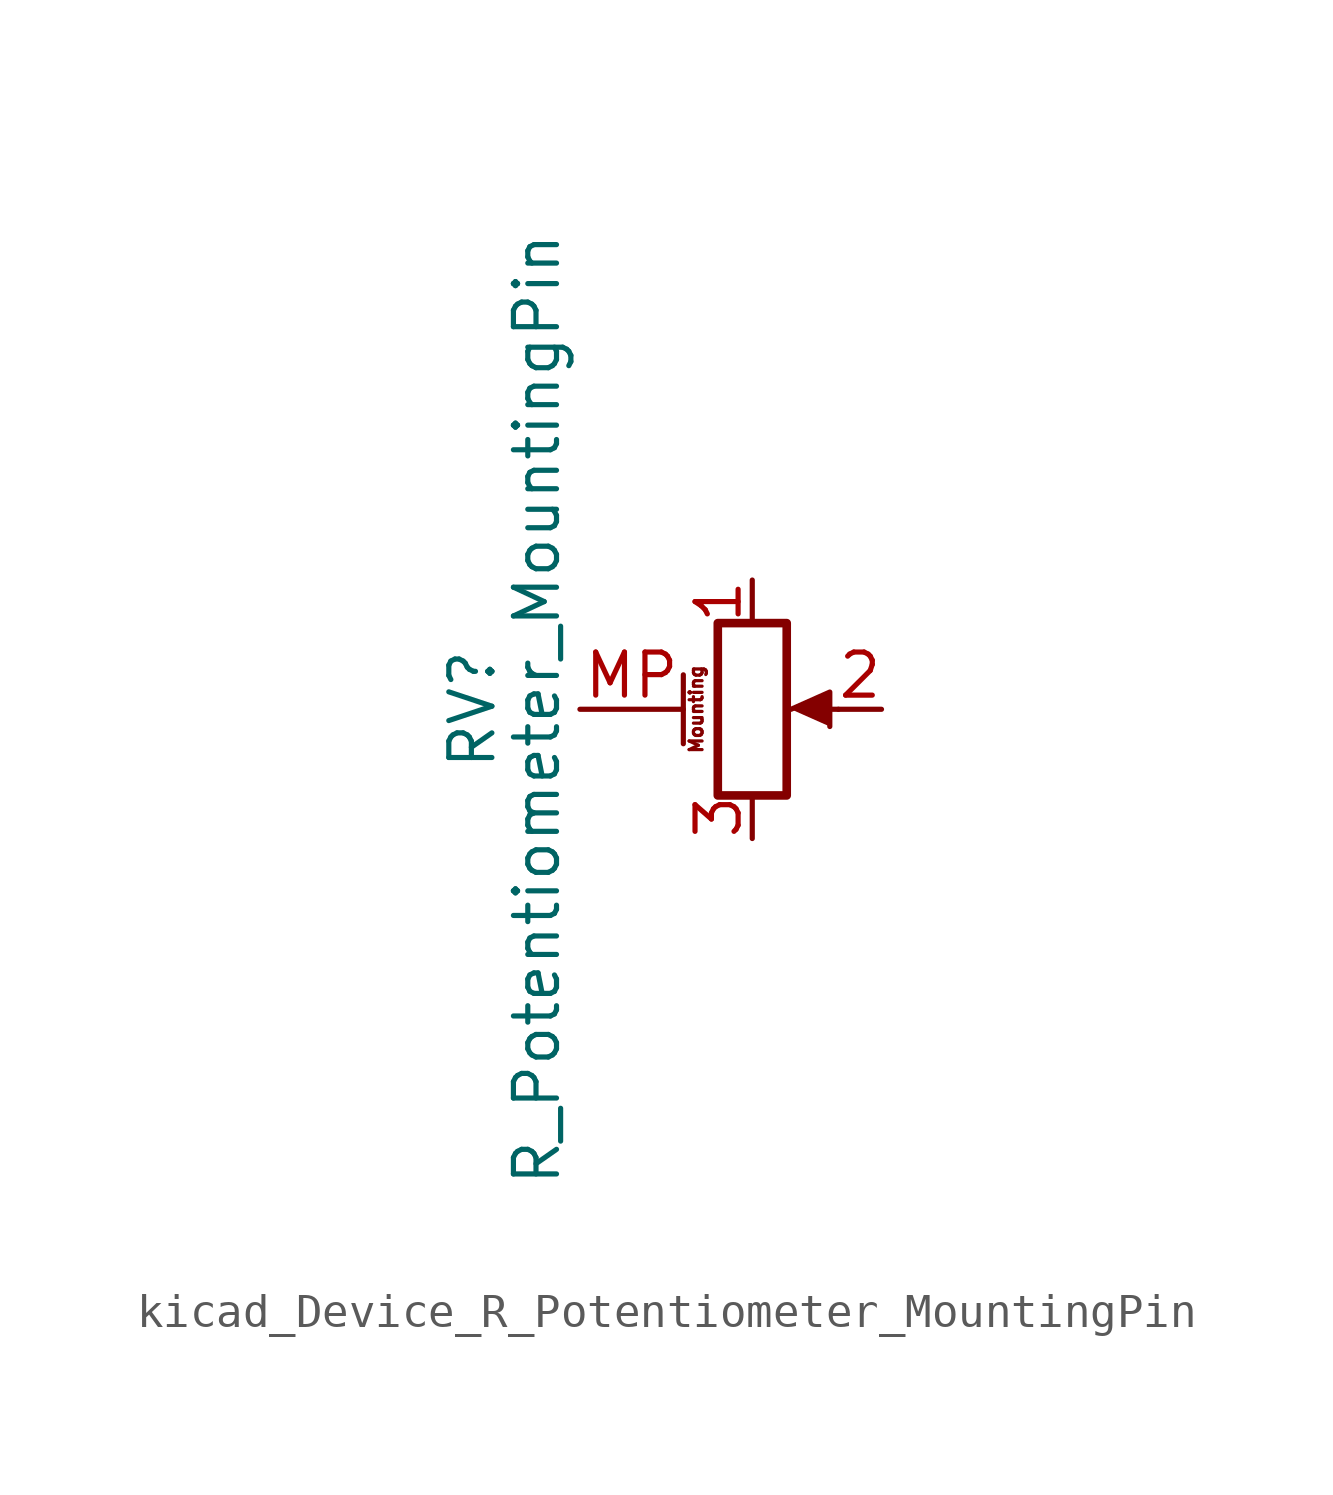
<source format=kicad_sym>
(kicad_symbol_lib
  (version 20220914)
  (generator kicad_symbol_editor)
  (symbol "kicad_Device_R_Potentiometer_MountingPin"
    (pin_names
      (offset 1.016) hide)
    (property "Reference" "RV"
      (at -8.255 0 90)
      (effects (font (size 1.27 1.27))))
    (property "Value" "R_Potentiometer_MountingPin"
      (at -6.35 0 90)
      (effects (font (size 1.27 1.27))))
    (symbol "kicad_Device_R_Potentiometer_MountingPin_0_1"
      (polyline (pts (xy 2.54 0) (xy 1.524 0)) (stroke (width 0) (type default)) (fill (type none)))
      (polyline (pts (xy 1.143 0) (xy 2.286 0.508) (xy 2.286 -0.508)) (stroke (width 0) (type default)) (fill (type outline)))
      (rectangle (start 1.016 2.54) (end -1.016 -2.54) (stroke (width 0.254) (type default)) (fill (type none))))
    (symbol "kicad_Device_R_Potentiometer_MountingPin_1_1"
      (polyline (pts (xy -2.032 1.016) (xy -2.032 -1.016)) (stroke (width 0.152) (type default)) (fill (type none)))
      (text "Mounting" (at -1.651 0 900) (effects (font (size 0.381 0.381))))
      (pin passive line (at 0 3.81 270) (length 1.27) (name "1" (effects (font (size 1.27 1.27)))) (number "1" (effects (font (size 1.27 1.27)))))
      (pin passive line (at 3.81 0 180) (length 1.27) (name "2" (effects (font (size 1.27 1.27)))) (number "2" (effects (font (size 1.27 1.27)))))
      (pin passive line (at 0 -3.81 90) (length 1.27) (name "3" (effects (font (size 1.27 1.27)))) (number "3" (effects (font (size 1.27 1.27)))))
      (pin passive line (at -5.08 0 0) (length 3.048) (name "MountPin" (effects (font (size 1.27 1.27)))) (number "MP" (effects (font (size 1.27 1.27))))))))
</source>
